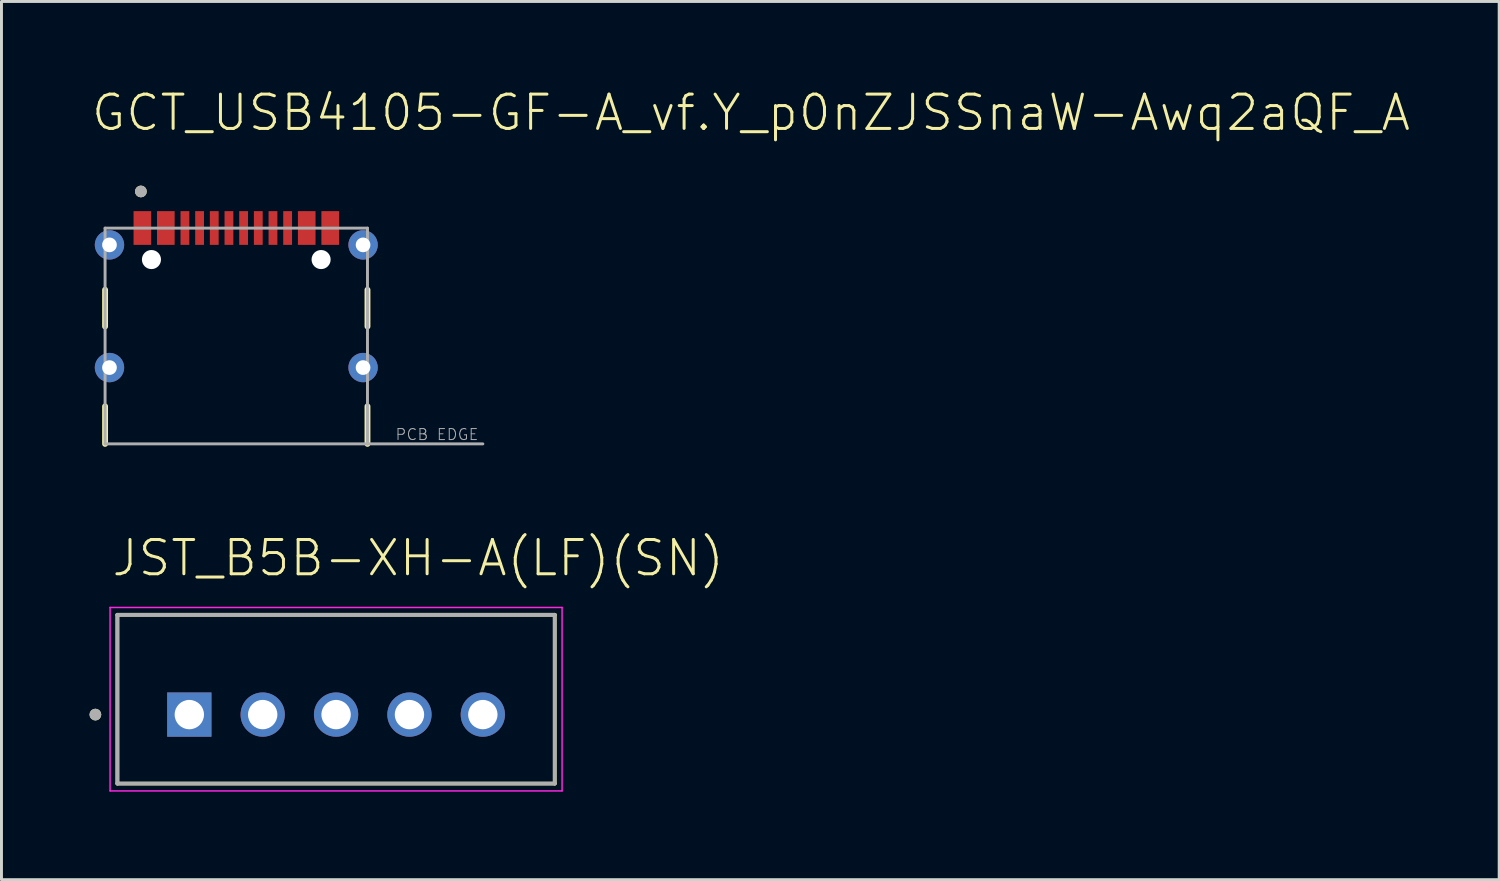
<source format=kicad_pcb>
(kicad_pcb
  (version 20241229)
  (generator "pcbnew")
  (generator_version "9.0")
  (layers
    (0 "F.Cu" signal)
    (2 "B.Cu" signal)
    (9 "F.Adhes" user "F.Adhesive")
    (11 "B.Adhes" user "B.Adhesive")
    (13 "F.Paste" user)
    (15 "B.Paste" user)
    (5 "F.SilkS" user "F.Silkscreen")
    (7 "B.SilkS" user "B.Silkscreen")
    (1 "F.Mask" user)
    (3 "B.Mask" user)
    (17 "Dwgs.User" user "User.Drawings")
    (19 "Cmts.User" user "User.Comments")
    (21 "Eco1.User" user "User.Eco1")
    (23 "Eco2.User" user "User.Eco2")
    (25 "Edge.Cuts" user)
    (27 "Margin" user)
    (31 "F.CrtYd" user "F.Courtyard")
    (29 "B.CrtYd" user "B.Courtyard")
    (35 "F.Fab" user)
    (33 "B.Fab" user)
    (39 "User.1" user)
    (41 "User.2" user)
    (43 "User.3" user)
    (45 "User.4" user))
  (footprint "GCT_USB4105-GF-A_vf.Y_p0nZJSSnaW-Awq2aQF_A"
    (layer "F.Cu")
    (at 5 9.473)
    (property "Reference" "GCT_USB4105-GF-A_vf.Y_p0nZJSSnaW-Awq2aQF_A" (at -5 -8 0) (unlocked yes) (layer "F.SilkS") (effects (font (size 1.168 1.168) (thickness 0.102)) (justify left bottom)))
    (fp_poly (pts (xy -4.202 -5.323) (xy -4.088 -5.289) (xy -3.984 -5.233) (xy -3.892 -5.158) (xy -3.817 -5.066) (xy -3.761 -4.962) (xy -3.727 -4.848) (xy -3.715 -4.73) (xy -3.715 -3.63) (xy -3.727 -3.512) (xy -3.761 -3.398) (xy -3.817 -3.294) (xy -3.892 -3.202) (xy -3.984 -3.127) (xy -4.088 -3.071) (xy -4.202 -3.037) (xy -4.32 -3.025) (xy -4.438 -3.037) (xy -4.552 -3.071) (xy -4.656 -3.127) (xy -4.748 -3.202) (xy -4.823 -3.294) (xy -4.879 -3.398) (xy -4.913 -3.512) (xy -4.925 -3.63) (xy -4.925 -4.73) (xy -4.913 -4.848) (xy -4.879 -4.962) (xy -4.823 -5.066) (xy -4.748 -5.158) (xy -4.656 -5.233) (xy -4.552 -5.289) (xy -4.438 -5.323) (xy -4.32 -5.335)) (stroke (width 0) (type default)) (fill yes) (layer "F.Mask"))
    (fp_poly (pts (xy -4.202 -0.993) (xy -4.088 -0.959) (xy -3.984 -0.903) (xy -3.892 -0.828) (xy -3.817 -0.736) (xy -3.761 -0.632) (xy -3.727 -0.518) (xy -3.715 -0.4) (xy -3.715 0.4) (xy -3.727 0.518) (xy -3.761 0.632) (xy -3.817 0.736) (xy -3.892 0.828) (xy -3.984 0.903) (xy -4.088 0.959) (xy -4.202 0.993) (xy -4.32 1.005) (xy -4.438 0.993) (xy -4.552 0.959) (xy -4.656 0.903) (xy -4.748 0.828) (xy -4.823 0.736) (xy -4.879 0.632) (xy -4.913 0.518) (xy -4.925 0.4) (xy -4.925 -0.4) (xy -4.913 -0.518) (xy -4.879 -0.632) (xy -4.823 -0.736) (xy -4.748 -0.828) (xy -4.656 -0.903) (xy -4.552 -0.959) (xy -4.438 -0.993) (xy -4.32 -1.005)) (stroke (width 0) (type default)) (fill yes) (layer "F.Mask"))
    (fp_poly (pts (xy 4.438 -5.323) (xy 4.552 -5.289) (xy 4.656 -5.233) (xy 4.748 -5.158) (xy 4.823 -5.066) (xy 4.879 -4.962) (xy 4.913 -4.848) (xy 4.925 -4.73) (xy 4.925 -3.63) (xy 4.913 -3.512) (xy 4.879 -3.398) (xy 4.823 -3.294) (xy 4.748 -3.202) (xy 4.656 -3.127) (xy 4.552 -3.071) (xy 4.438 -3.037) (xy 4.32 -3.025) (xy 4.202 -3.037) (xy 4.088 -3.071) (xy 3.984 -3.127) (xy 3.892 -3.202) (xy 3.817 -3.294) (xy 3.761 -3.398) (xy 3.727 -3.512) (xy 3.715 -3.63) (xy 3.715 -4.73) (xy 3.727 -4.848) (xy 3.761 -4.962) (xy 3.817 -5.066) (xy 3.892 -5.158) (xy 3.984 -5.233) (xy 4.088 -5.289) (xy 4.202 -5.323) (xy 4.32 -5.335)) (stroke (width 0) (type default)) (fill yes) (layer "F.Mask"))
    (fp_poly (pts (xy 4.438 -0.993) (xy 4.552 -0.959) (xy 4.656 -0.903) (xy 4.748 -0.828) (xy 4.823 -0.736) (xy 4.879 -0.632) (xy 4.913 -0.518) (xy 4.925 -0.4) (xy 4.925 0.4) (xy 4.913 0.518) (xy 4.879 0.632) (xy 4.823 0.736) (xy 4.748 0.828) (xy 4.656 0.903) (xy 4.552 0.959) (xy 4.438 0.993) (xy 4.32 1.005) (xy 4.202 0.993) (xy 4.088 0.959) (xy 3.984 0.903) (xy 3.892 0.828) (xy 3.817 0.736) (xy 3.761 0.632) (xy 3.727 0.518) (xy 3.715 0.4) (xy 3.715 -0.4) (xy 3.727 -0.518) (xy 3.761 -0.632) (xy 3.817 -0.736) (xy 3.892 -0.828) (xy 3.984 -0.903) (xy 4.088 -0.959) (xy 4.202 -0.993) (xy 4.32 -1.005)) (stroke (width 0) (type default)) (fill yes) (layer "F.Mask"))
    (fp_poly (pts (xy -4.202 -5.323) (xy -4.088 -5.289) (xy -3.984 -5.233) (xy -3.892 -5.158) (xy -3.817 -5.066) (xy -3.761 -4.962) (xy -3.727 -4.848) (xy -3.715 -4.73) (xy -3.715 -3.63) (xy -3.727 -3.512) (xy -3.761 -3.398) (xy -3.817 -3.294) (xy -3.892 -3.202) (xy -3.984 -3.127) (xy -4.088 -3.071) (xy -4.202 -3.037) (xy -4.32 -3.025) (xy -4.438 -3.037) (xy -4.552 -3.071) (xy -4.656 -3.127) (xy -4.748 -3.202) (xy -4.823 -3.294) (xy -4.879 -3.398) (xy -4.913 -3.512) (xy -4.925 -3.63) (xy -4.925 -4.73) (xy -4.913 -4.848) (xy -4.879 -4.962) (xy -4.823 -5.066) (xy -4.748 -5.158) (xy -4.656 -5.233) (xy -4.552 -5.289) (xy -4.438 -5.323) (xy -4.32 -5.335)) (stroke (width 0) (type default)) (fill yes) (layer "B.Mask"))
    (fp_poly (pts (xy -4.202 -0.993) (xy -4.088 -0.959) (xy -3.984 -0.903) (xy -3.892 -0.828) (xy -3.817 -0.736) (xy -3.761 -0.632) (xy -3.727 -0.518) (xy -3.715 -0.4) (xy -3.715 0.4) (xy -3.727 0.518) (xy -3.761 0.632) (xy -3.817 0.736) (xy -3.892 0.828) (xy -3.984 0.903) (xy -4.088 0.959) (xy -4.202 0.993) (xy -4.32 1.005) (xy -4.438 0.993) (xy -4.552 0.959) (xy -4.656 0.903) (xy -4.748 0.828) (xy -4.823 0.736) (xy -4.879 0.632) (xy -4.913 0.518) (xy -4.925 0.4) (xy -4.925 -0.4) (xy -4.913 -0.518) (xy -4.879 -0.632) (xy -4.823 -0.736) (xy -4.748 -0.828) (xy -4.656 -0.903) (xy -4.552 -0.959) (xy -4.438 -0.993) (xy -4.32 -1.005)) (stroke (width 0) (type default)) (fill yes) (layer "B.Mask"))
    (fp_poly (pts (xy 4.438 -5.323) (xy 4.552 -5.289) (xy 4.656 -5.233) (xy 4.748 -5.158) (xy 4.823 -5.066) (xy 4.879 -4.962) (xy 4.913 -4.848) (xy 4.925 -4.73) (xy 4.925 -3.63) (xy 4.913 -3.512) (xy 4.879 -3.398) (xy 4.823 -3.294) (xy 4.748 -3.202) (xy 4.656 -3.127) (xy 4.552 -3.071) (xy 4.438 -3.037) (xy 4.32 -3.025) (xy 4.202 -3.037) (xy 4.088 -3.071) (xy 3.984 -3.127) (xy 3.892 -3.202) (xy 3.817 -3.294) (xy 3.761 -3.398) (xy 3.727 -3.512) (xy 3.715 -3.63) (xy 3.715 -4.73) (xy 3.727 -4.848) (xy 3.761 -4.962) (xy 3.817 -5.066) (xy 3.892 -5.158) (xy 3.984 -5.233) (xy 4.088 -5.289) (xy 4.202 -5.323) (xy 4.32 -5.335)) (stroke (width 0) (type default)) (fill yes) (layer "B.Mask"))
    (fp_poly (pts (xy 4.438 -0.993) (xy 4.552 -0.959) (xy 4.656 -0.903) (xy 4.748 -0.828) (xy 4.823 -0.736) (xy 4.879 -0.632) (xy 4.913 -0.518) (xy 4.925 -0.4) (xy 4.925 0.4) (xy 4.913 0.518) (xy 4.879 0.632) (xy 4.823 0.736) (xy 4.748 0.828) (xy 4.656 0.903) (xy 4.552 0.959) (xy 4.438 0.993) (xy 4.32 1.005) (xy 4.202 0.993) (xy 4.088 0.959) (xy 3.984 0.903) (xy 3.892 0.828) (xy 3.817 0.736) (xy 3.761 0.632) (xy 3.727 0.518) (xy 3.715 0.4) (xy 3.715 -0.4) (xy 3.727 -0.518) (xy 3.761 -0.632) (xy 3.817 -0.736) (xy 3.892 -0.828) (xy 3.984 -0.903) (xy 4.088 -0.959) (xy 4.202 -0.993) (xy 4.32 -1.005)) (stroke (width 0) (type default)) (fill yes) (layer "B.Mask"))
    (fp_line (start -4.47 -2.65) (end -4.47 -1.4) (stroke (width 0.2) (type solid)) (layer "F.SilkS"))
    (fp_line (start -4.47 1.32) (end -4.47 2.6) (stroke (width 0.2) (type solid)) (layer "F.SilkS"))
    (fp_line (start 4.47 -2.65) (end 4.47 -1.4) (stroke (width 0.2) (type solid)) (layer "F.SilkS"))
    (fp_line (start 4.47 2.6) (end 4.47 1.32) (stroke (width 0.2) (type solid)) (layer "F.SilkS"))
    (fp_circle (center -3.25 -6) (end -3.15 -6) (stroke (width 0.2) (type solid)) (fill no) (layer "F.SilkS"))
    (fp_line (start -4.47 -4.75) (end 4.47 -4.75) (stroke (width 0.1) (type solid)) (layer "F.Fab"))
    (fp_line (start -4.47 2.6) (end -4.47 -4.75) (stroke (width 0.1) (type solid)) (layer "F.Fab"))
    (fp_line (start 4.47 -4.75) (end 4.47 2.6) (stroke (width 0.1) (type solid)) (layer "F.Fab"))
    (fp_line (start 4.47 2.6) (end -4.47 2.6) (stroke (width 0.1) (type solid)) (layer "F.Fab"))
    (fp_line (start 4.47 2.6) (end 8.4 2.6) (stroke (width 0.1) (type solid)) (layer "F.Fab"))
    (fp_circle (center -3.25 -6) (end -3.15 -6) (stroke (width 0.2) (type solid)) (fill no) (layer "F.Fab"))
    (fp_text user "PCB EDGE" (at 5.4 2.5 0) (unlocked yes) (layer "F.Fab") (effects (font (size 0.374 0.374) (thickness 0.033)) (justify left bottom)))
    (pad "" np_thru_hole circle (at -2.89 -3.68) (size 0.65 0.65) (drill 0.65) (layers "*.Cu" "*.Mask"))
    (pad "" np_thru_hole circle (at 2.89 -3.68) (size 0.65 0.65) (drill 0.65) (layers "*.Cu" "*.Mask"))
    (pad "A1_B12" smd rect (at -3.2 -4.755) (size 0.6 1.15) (layers "F.Cu" "F.Mask" "F.Paste"))
    (pad "A4_B9" smd rect (at -2.4 -4.755) (size 0.6 1.15) (layers "F.Cu" "F.Mask" "F.Paste"))
    (pad "A5" smd rect (at -1.25 -4.755) (size 0.3 1.15) (layers "F.Cu" "F.Mask" "F.Paste"))
    (pad "A6" smd rect (at -0.25 -4.755) (size 0.3 1.15) (layers "F.Cu" "F.Mask" "F.Paste"))
    (pad "A7" smd rect (at 0.25 -4.755) (size 0.3 1.15) (layers "F.Cu" "F.Mask" "F.Paste"))
    (pad "A8" smd rect (at 1.25 -4.755) (size 0.3 1.15) (layers "F.Cu" "F.Mask" "F.Paste"))
    (pad "B1_A12" smd rect (at 3.2 -4.755) (size 0.6 1.15) (layers "F.Cu" "F.Mask" "F.Paste"))
    (pad "B4_A9" smd rect (at 2.4 -4.755) (size 0.6 1.15) (layers "F.Cu" "F.Mask" "F.Paste"))
    (pad "B5" smd rect (at 1.75 -4.755) (size 0.3 1.15) (layers "F.Cu" "F.Mask" "F.Paste"))
    (pad "B6" smd rect (at 0.75 -4.755) (size 0.3 1.15) (layers "F.Cu" "F.Mask" "F.Paste"))
    (pad "B7" smd rect (at -0.75 -4.755) (size 0.3 1.15) (layers "F.Cu" "F.Mask" "F.Paste"))
    (pad "B8" smd rect (at -1.75 -4.755) (size 0.3 1.15) (layers "F.Cu" "F.Mask" "F.Paste"))
    (pad "SH1" thru_hole circle (at -4.32 -4.18 90) (size 1 1) (drill 0.5) (layers "*.Cu"))
    (pad "SH2" thru_hole circle (at 4.32 -4.18 90) (size 1 1) (drill 0.5) (layers "*.Cu"))
    (pad "SH3" thru_hole circle (at -4.32 0 90) (size 1 1) (drill 0.5) (layers "*.Cu"))
    (pad "SH4" thru_hole circle (at 4.32 0 90) (size 1 1) (drill 0.5) (layers "*.Cu")))
  (footprint "JST_B5B-XH-A(LF)(SN)"
    (layer "F.Cu")
    (at 8.4 20.771)
    (property "Reference" "JST_B5B-XH-A(LF)(SN)" (at -7.7 -4.125 0) (unlocked yes) (layer "F.SilkS") (effects (font (size 1.168 1.168) (thickness 0.102)) (justify left bottom)))
    (fp_line (start -7.45 -2.875) (end 7.45 -2.875) (stroke (width 0.127) (type solid)) (layer "F.SilkS"))
    (fp_line (start -7.45 2.875) (end -7.45 -2.875) (stroke (width 0.127) (type solid)) (layer "F.SilkS"))
    (fp_line (start 7.45 -2.875) (end 7.45 2.875) (stroke (width 0.127) (type solid)) (layer "F.SilkS"))
    (fp_line (start 7.45 2.875) (end -7.45 2.875) (stroke (width 0.127) (type solid)) (layer "F.SilkS"))
    (fp_circle (center -8.2 0.525) (end -8.1 0.525) (stroke (width 0.2) (type solid)) (fill no) (layer "F.SilkS"))
    (fp_line (start -7.7 -3.125) (end -7.7 3.125) (stroke (width 0.05) (type solid)) (layer "F.CrtYd"))
    (fp_line (start -7.7 3.125) (end 7.7 3.125) (stroke (width 0.05) (type solid)) (layer "F.CrtYd"))
    (fp_line (start 7.7 -3.125) (end -7.7 -3.125) (stroke (width 0.05) (type solid)) (layer "F.CrtYd"))
    (fp_line (start 7.7 3.125) (end 7.7 -3.125) (stroke (width 0.05) (type solid)) (layer "F.CrtYd"))
    (fp_line (start -7.45 -2.875) (end 7.45 -2.875) (stroke (width 0.127) (type solid)) (layer "F.Fab"))
    (fp_line (start -7.45 2.875) (end -7.45 -2.875) (stroke (width 0.127) (type solid)) (layer "F.Fab"))
    (fp_line (start 7.45 -2.875) (end 7.45 2.875) (stroke (width 0.127) (type solid)) (layer "F.Fab"))
    (fp_line (start 7.45 2.875) (end -7.45 2.875) (stroke (width 0.127) (type solid)) (layer "F.Fab"))
    (fp_circle (center -8.2 0.525) (end -8.1 0.525) (stroke (width 0.2) (type solid)) (fill no) (layer "F.Fab"))
    (pad "1" thru_hole rect (at -5 0.525) (size 1.508 1.508) (drill 1) (layers "*.Cu" "*.Mask"))
    (pad "2" thru_hole circle (at -2.5 0.525) (size 1.508 1.508) (drill 1) (layers "*.Cu" "*.Mask"))
    (pad "3" thru_hole circle (at 0 0.525) (size 1.508 1.508) (drill 1) (layers "*.Cu" "*.Mask"))
    (pad "4" thru_hole circle (at 2.5 0.525) (size 1.508 1.508) (drill 1) (layers "*.Cu" "*.Mask"))
    (pad "5" thru_hole circle (at 5 0.525) (size 1.508 1.508) (drill 1) (layers "*.Cu" "*.Mask")))
  (gr_rect
    (start -3 -3)
    (end 48.027 26.921)
    (stroke (width 0.1) (type default))
    (fill no)
    (layer "Edge.Cuts")))
</source>
